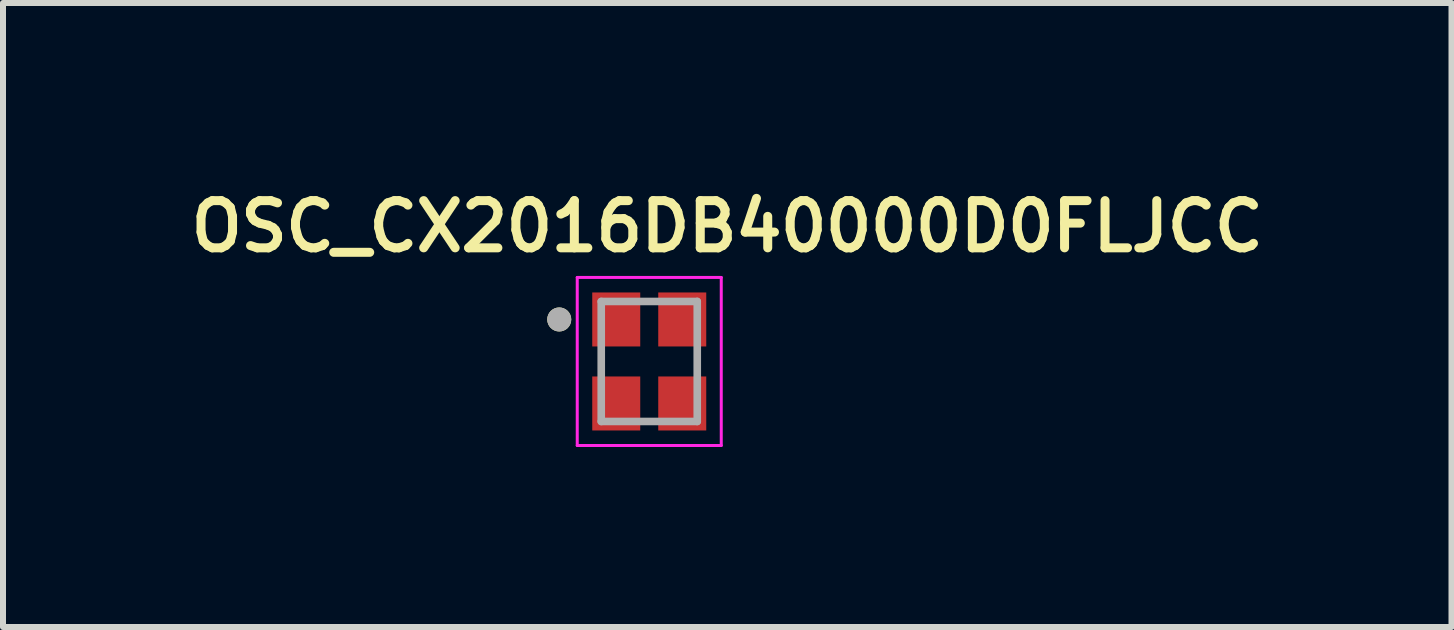
<source format=kicad_pcb>
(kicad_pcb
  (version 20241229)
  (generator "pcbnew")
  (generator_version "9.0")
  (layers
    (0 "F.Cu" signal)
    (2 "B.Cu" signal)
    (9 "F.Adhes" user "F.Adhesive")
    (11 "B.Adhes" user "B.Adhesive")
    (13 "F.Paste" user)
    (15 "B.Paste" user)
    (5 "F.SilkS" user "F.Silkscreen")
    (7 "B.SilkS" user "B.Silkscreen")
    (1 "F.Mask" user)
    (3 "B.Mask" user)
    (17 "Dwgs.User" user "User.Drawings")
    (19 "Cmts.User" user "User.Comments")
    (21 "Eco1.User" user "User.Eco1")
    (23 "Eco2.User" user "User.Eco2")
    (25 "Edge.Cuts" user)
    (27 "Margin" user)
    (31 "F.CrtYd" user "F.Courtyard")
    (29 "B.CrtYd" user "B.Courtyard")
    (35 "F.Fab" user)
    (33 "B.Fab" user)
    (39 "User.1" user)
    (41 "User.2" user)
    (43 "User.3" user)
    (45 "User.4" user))
  (footprint "OSC_CX2016DB40000D0FLJCC"
    (layer "F.Cu")
    (at 7.77 2.974)
    (property "Reference" "OSC_CX2016DB40000D0FLJCC" (at 1.3 -2.25 0) (layer "F.SilkS") (effects (font (size 0.787 0.787) (thickness 0.15))))
    (attr smd)
    (fp_circle (center -1.5 -0.7) (end -1.4 -0.7) (stroke (width 0.2) (type solid)) (fill no) (layer "F.SilkS"))
    (fp_line (start -1.2 -1.4) (end -1.2 1.4) (stroke (width 0.05) (type solid)) (layer "F.CrtYd"))
    (fp_line (start -1.2 1.4) (end 1.2 1.4) (stroke (width 0.05) (type solid)) (layer "F.CrtYd"))
    (fp_line (start 1.2 -1.4) (end -1.2 -1.4) (stroke (width 0.05) (type solid)) (layer "F.CrtYd"))
    (fp_line (start 1.2 1.4) (end 1.2 -1.4) (stroke (width 0.05) (type solid)) (layer "F.CrtYd"))
    (fp_line (start -0.8 -1) (end 0.8 -1) (stroke (width 0.127) (type solid)) (layer "F.Fab"))
    (fp_line (start -0.8 1) (end -0.8 -1) (stroke (width 0.127) (type solid)) (layer "F.Fab"))
    (fp_line (start 0.8 -1) (end 0.8 1) (stroke (width 0.127) (type solid)) (layer "F.Fab"))
    (fp_line (start 0.8 1) (end -0.8 1) (stroke (width 0.127) (type solid)) (layer "F.Fab"))
    (fp_circle (center -1.5 -0.7) (end -1.4 -0.7) (stroke (width 0.2) (type solid)) (fill no) (layer "F.Fab"))
    (pad "1" smd rect (at -0.55 -0.7) (size 0.8 0.9) (layers "F.Cu" "F.Mask" "F.Paste"))
    (pad "2" smd rect (at -0.55 0.7) (size 0.8 0.9) (layers "F.Cu" "F.Mask" "F.Paste"))
    (pad "3" smd rect (at 0.55 0.7) (size 0.8 0.9) (layers "F.Cu" "F.Mask" "F.Paste"))
    (pad "4" smd rect (at 0.55 -0.7) (size 0.8 0.9) (layers "F.Cu" "F.Mask" "F.Paste")))
  (gr_rect
    (start -3 -3)
    (end 21.14 7.399)
    (stroke (width 0.1) (type default))
    (fill no)
    (layer "Edge.Cuts")))
</source>
